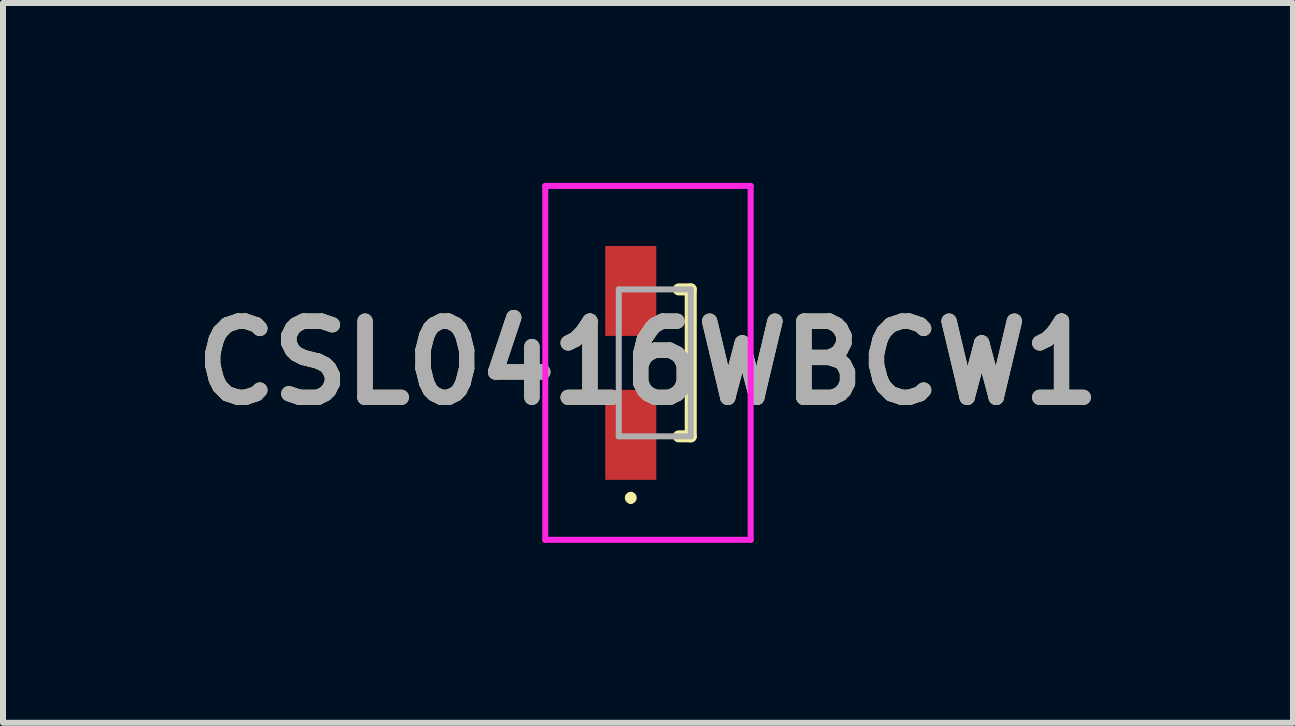
<source format=kicad_pcb>
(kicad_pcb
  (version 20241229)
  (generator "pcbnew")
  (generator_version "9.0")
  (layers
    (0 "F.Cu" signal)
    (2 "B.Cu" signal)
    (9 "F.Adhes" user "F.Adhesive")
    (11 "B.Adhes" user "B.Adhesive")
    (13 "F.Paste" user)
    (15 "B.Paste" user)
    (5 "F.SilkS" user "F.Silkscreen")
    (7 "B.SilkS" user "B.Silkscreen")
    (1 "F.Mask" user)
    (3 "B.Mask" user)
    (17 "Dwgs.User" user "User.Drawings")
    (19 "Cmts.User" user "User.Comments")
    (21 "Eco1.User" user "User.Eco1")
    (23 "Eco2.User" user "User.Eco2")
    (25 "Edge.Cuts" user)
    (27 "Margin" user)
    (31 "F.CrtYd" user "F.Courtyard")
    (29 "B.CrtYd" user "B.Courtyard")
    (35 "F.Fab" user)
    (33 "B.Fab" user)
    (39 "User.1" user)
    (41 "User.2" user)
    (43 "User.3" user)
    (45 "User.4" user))
  (footprint "CSL0416WBCW1"
    (layer "F.Cu")
    (at 7.466 3)
    (property "Reference" "CSL0416WBCW1" (at 0.287 0 0) (layer "F.SilkS") (effects (font (size 1.27 1.27) (thickness 0.254))))
    (attr smd)
    (fp_line (start 0 2.2) (end 0 2.2) (stroke (width 0.1) (type solid)) (layer "F.SilkS"))
    (fp_line (start 0 2.3) (end 0 2.3) (stroke (width 0.1) (type solid)) (layer "F.SilkS"))
    (fp_line (start 0.8 -1.225) (end 1 -1.225) (stroke (width 0.2) (type solid)) (layer "F.SilkS"))
    (fp_line (start 1 -1.225) (end 1 1.225) (stroke (width 0.2) (type solid)) (layer "F.SilkS"))
    (fp_line (start 1 1.225) (end 0.8 1.225) (stroke (width 0.2) (type solid)) (layer "F.SilkS"))
    (fp_arc (start 0 2.2) (mid 0.05 2.25) (end 0 2.3) (stroke (width 0.1) (type solid)) (layer "F.SilkS"))
    (fp_arc (start 0 2.3) (mid -0.05 2.25) (end 0 2.2) (stroke (width 0.1) (type solid)) (layer "F.SilkS"))
    (fp_line (start -1.425 -2.95) (end 1.999 -2.95) (stroke (width 0.1) (type solid)) (layer "F.CrtYd"))
    (fp_line (start -1.425 2.95) (end -1.425 -2.95) (stroke (width 0.1) (type solid)) (layer "F.CrtYd"))
    (fp_line (start 1.999 -2.95) (end 1.999 2.95) (stroke (width 0.1) (type solid)) (layer "F.CrtYd"))
    (fp_line (start 1.999 2.95) (end -1.425 2.95) (stroke (width 0.1) (type solid)) (layer "F.CrtYd"))
    (fp_line (start -0.2 -1.225) (end 1 -1.225) (stroke (width 0.1) (type solid)) (layer "F.Fab"))
    (fp_line (start -0.2 1.225) (end -0.2 -1.225) (stroke (width 0.1) (type solid)) (layer "F.Fab"))
    (fp_line (start 1 -1.225) (end 1 1.225) (stroke (width 0.1) (type solid)) (layer "F.Fab"))
    (fp_line (start 1 1.225) (end -0.2 1.225) (stroke (width 0.1) (type solid)) (layer "F.Fab"))
    (fp_text user "${REFERENCE}" (at 0.287 0 0) (layer "F.Fab") (effects (font (size 1.27 1.27) (thickness 0.254))))
    (pad "1" smd rect (at 0 1.2) (size 0.85 1.5) (layers "F.Cu" "F.Mask" "F.Paste"))
    (pad "2" smd rect (at 0 -1.2) (size 0.85 1.5) (layers "F.Cu" "F.Mask" "F.Paste")))
  (gr_rect
    (start -3 -3)
    (end 18.506 9)
    (stroke (width 0.1) (type default))
    (fill no)
    (layer "Edge.Cuts")))
</source>
